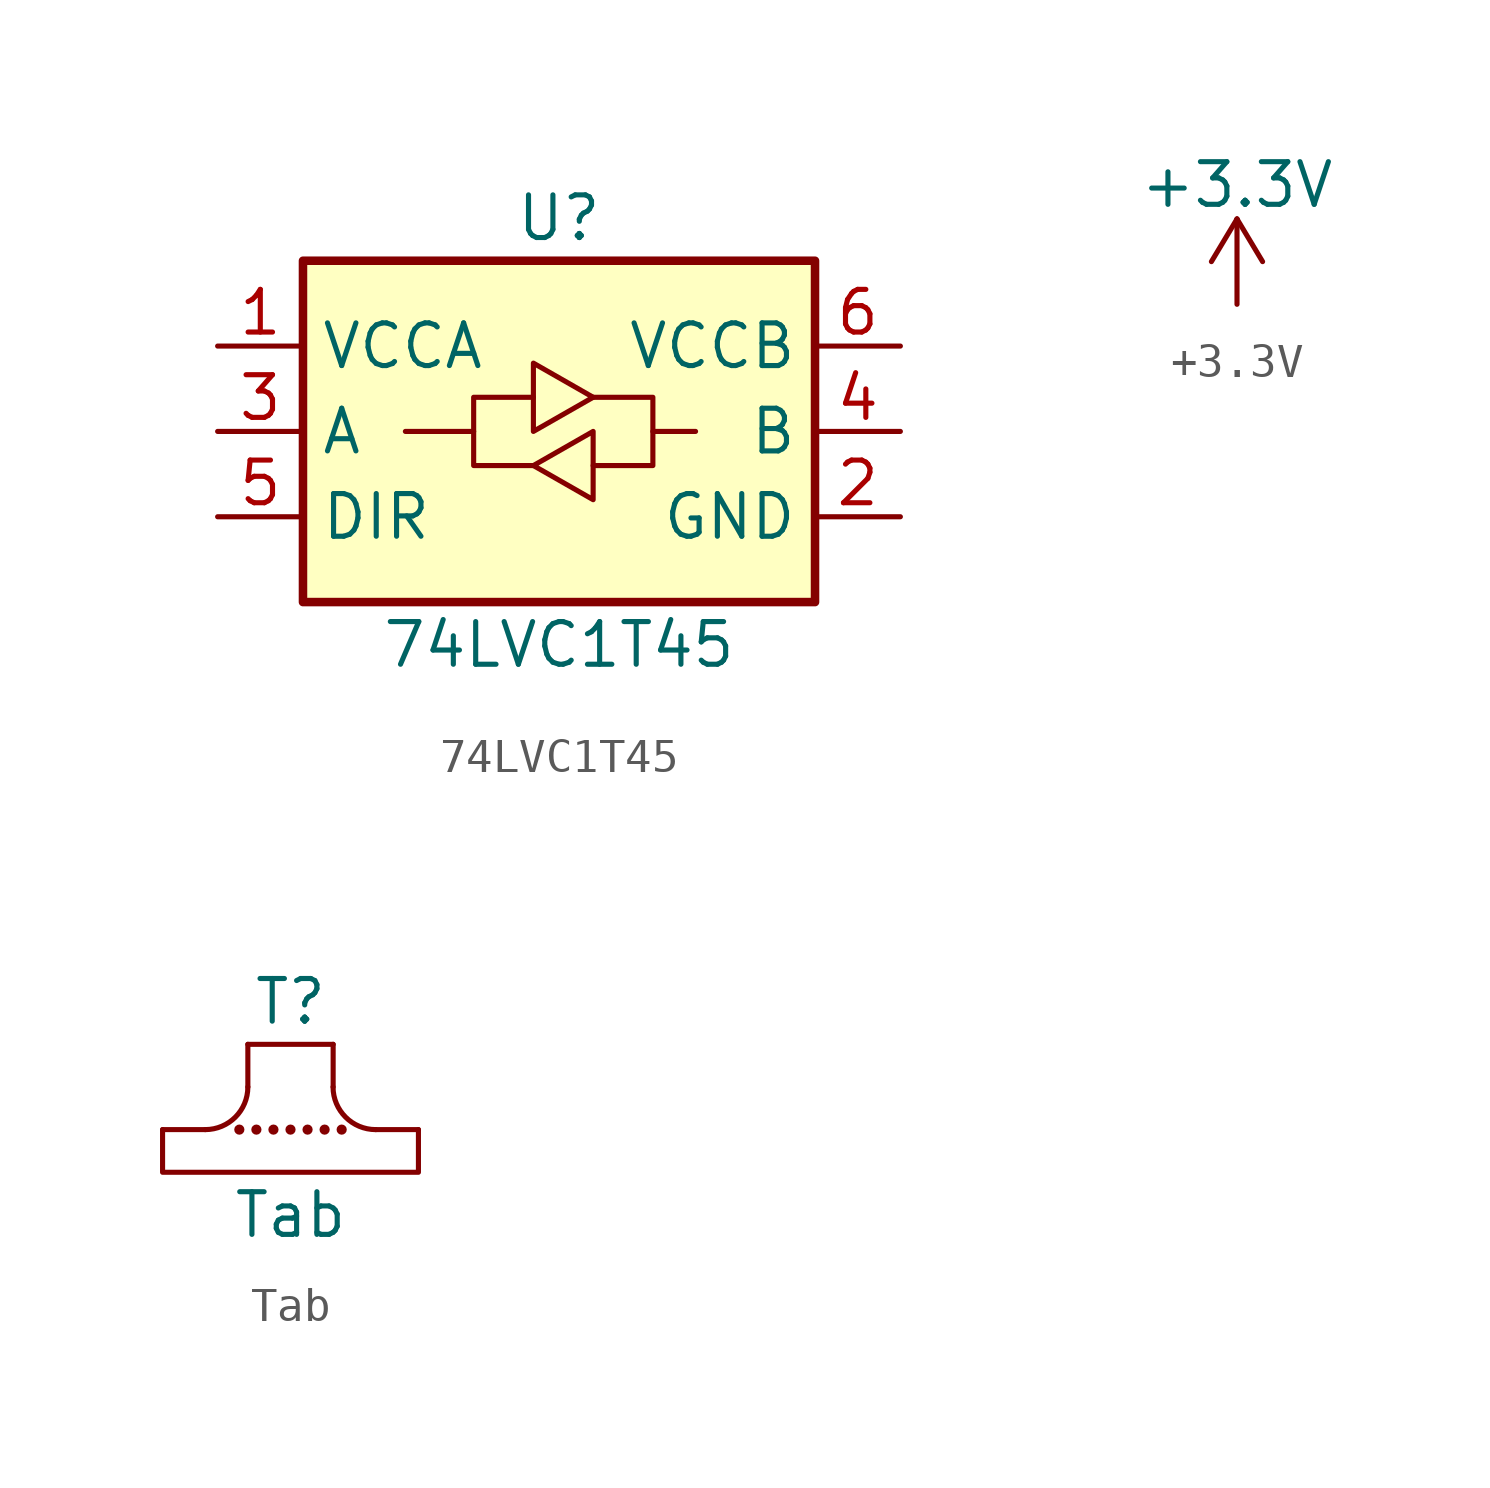
<source format=kicad_sym>
(kicad_symbol_lib
  (version 20231120)
  (generator "kicad_symbol_editor")
  (generator_version "8.0")
  (symbol "74LVC1T45"
    (property "Reference" "U"
      (at 0 6.35 0)
      (effects (font (size 1.27 1.27))))
    (property "Value" "74LVC1T45"
      (at 0 -6.35 0)
      (effects (font (size 1.27 1.27))))
    (symbol "74LVC1T45_0_1"
      (rectangle (start -7.62 5.08) (end 7.62 -5.08) (stroke (width 0.254) (type default)) (fill (type background)))
      (polyline (pts (xy -2.54 0) (xy -2.54 1.016) (xy -0.762 1.016)) (stroke (width 0) (type default)) (fill (type none)))
      (polyline (pts (xy 2.794 0) (xy 2.794 -1.016) (xy 1.016 -1.016)) (stroke (width 0) (type default)) (fill (type none)))
      (polyline (pts (xy -0.762 -1.016) (xy -2.54 -1.016) (xy -2.54 0) (xy -4.572 0)) (stroke (width 0) (type default)) (fill (type none)))
      (polyline (pts (xy -0.762 0) (xy -0.762 2.032) (xy 1.016 1.016) (xy -0.762 0)) (stroke (width 0) (type default)) (fill (type none)))
      (polyline (pts (xy 1.016 1.016) (xy 2.794 1.016) (xy 2.794 0) (xy 4.064 0)) (stroke (width 0) (type default)) (fill (type none)))
      (polyline (pts (xy 1.016 0) (xy 1.016 -1.778) (xy 1.016 -2.032) (xy -0.762 -1.016) (xy 1.016 0)) (stroke (width 0) (type default)) (fill (type none))))
    (symbol "74LVC1T45_1_1"
      (pin power_in line (at -10.16 2.54 0) (length 2.54) (name "VCCA" (effects (font (size 1.27 1.27)))) (number "1" (effects (font (size 1.27 1.27)))))
      (pin power_in line (at 10.16 -2.54 180) (length 2.54) (name "GND" (effects (font (size 1.27 1.27)))) (number "2" (effects (font (size 1.27 1.27)))))
      (pin bidirectional line (at -10.16 0 0) (length 2.54) (name "A" (effects (font (size 1.27 1.27)))) (number "3" (effects (font (size 1.27 1.27)))))
      (pin bidirectional line (at 10.16 0 180) (length 2.54) (name "B" (effects (font (size 1.27 1.27)))) (number "4" (effects (font (size 1.27 1.27)))))
      (pin input line (at -10.16 -2.54 0) (length 2.54) (name "DIR" (effects (font (size 1.27 1.27)))) (number "5" (effects (font (size 1.27 1.27)))))
      (pin power_in line (at 10.16 2.54 180) (length 2.54) (name "VCCB" (effects (font (size 1.27 1.27)))) (number "6" (effects (font (size 1.27 1.27)))))))
  (symbol "+3.3V"
    (power)
    (pin_names
      (offset 0))
    (property "Reference" "#PWR"
      (at 0 -3.81 0)
      (effects (font (size 1.27 1.27)) (hide yes)))
    (property "Value" "+3.3V"
      (at 0 3.556 0)
      (effects (font (size 1.27 1.27))))
    (symbol "+3.3V_0_1"
      (polyline (pts (xy -0.762 1.27) (xy 0 2.54)) (stroke (width 0) (type default)) (fill (type none)))
      (polyline (pts (xy 0 0) (xy 0 2.54)) (stroke (width 0) (type default)) (fill (type none)))
      (polyline (pts (xy 0 2.54) (xy 0.762 1.27)) (stroke (width 0) (type default)) (fill (type none))))
    (symbol "+3.3V_1_1"
      (pin power_in line (at 0 0 90) (length 0) hide (name "+3.3V" (effects (font (size 1.27 1.27)))) (number "1" (effects (font (size 1.27 1.27)))))))
  (symbol "Tab"
    (property "Reference" "T"
      (at 0 3.81 0)
      (effects (font (size 1.27 1.27))))
    (property "Value" "Tab"
      (at 0 -2.54 0)
      (effects (font (size 1.27 1.27))))
    (symbol "Tab_0_1"
      (arc (start -2.54 0) (mid -1.642 0.372) (end -1.27 1.27) (stroke (width 0.1524) (type default)) (fill (type none)))
      (circle (center -1.524 0) (radius 0.076) (stroke (width 0.152) (type default)) (fill (type none)))
      (circle (center -1.016 0) (radius 0.076) (stroke (width 0.152) (type default)) (fill (type none)))
      (circle (center -0.508 0) (radius 0.076) (stroke (width 0.152) (type default)) (fill (type none)))
      (polyline (pts (xy -3.81 0) (xy -2.54 0)) (stroke (width 0.152) (type default)) (fill (type none)))
      (polyline (pts (xy -1.27 1.27) (xy -1.27 2.54)) (stroke (width 0.152) (type default)) (fill (type none)))
      (polyline (pts (xy 1.27 1.27) (xy 1.27 2.54)) (stroke (width 0.152) (type default)) (fill (type none)))
      (polyline (pts (xy 1.27 2.54) (xy -1.27 2.54)) (stroke (width 0.152) (type default)) (fill (type none)))
      (polyline (pts (xy 2.54 0) (xy 3.81 0)) (stroke (width 0.152) (type default)) (fill (type none)))
      (polyline (pts (xy -3.81 0) (xy -3.81 -1.27) (xy 3.81 -1.27) (xy 3.81 0)) (stroke (width 0.152) (type default)) (fill (type none)))
      (circle (center 0 0) (radius 0.076) (stroke (width 0.152) (type default)) (fill (type none)))
      (circle (center 0.508 0) (radius 0.076) (stroke (width 0.152) (type default)) (fill (type none)))
      (circle (center 1.016 0) (radius 0.076) (stroke (width 0.152) (type default)) (fill (type none)))
      (arc (start 1.27 1.27) (mid 1.642 0.372) (end 2.54 0) (stroke (width 0.1524) (type default)) (fill (type none)))
      (circle (center 1.524 0) (radius 0.076) (stroke (width 0.152) (type default)) (fill (type none))))))
</source>
